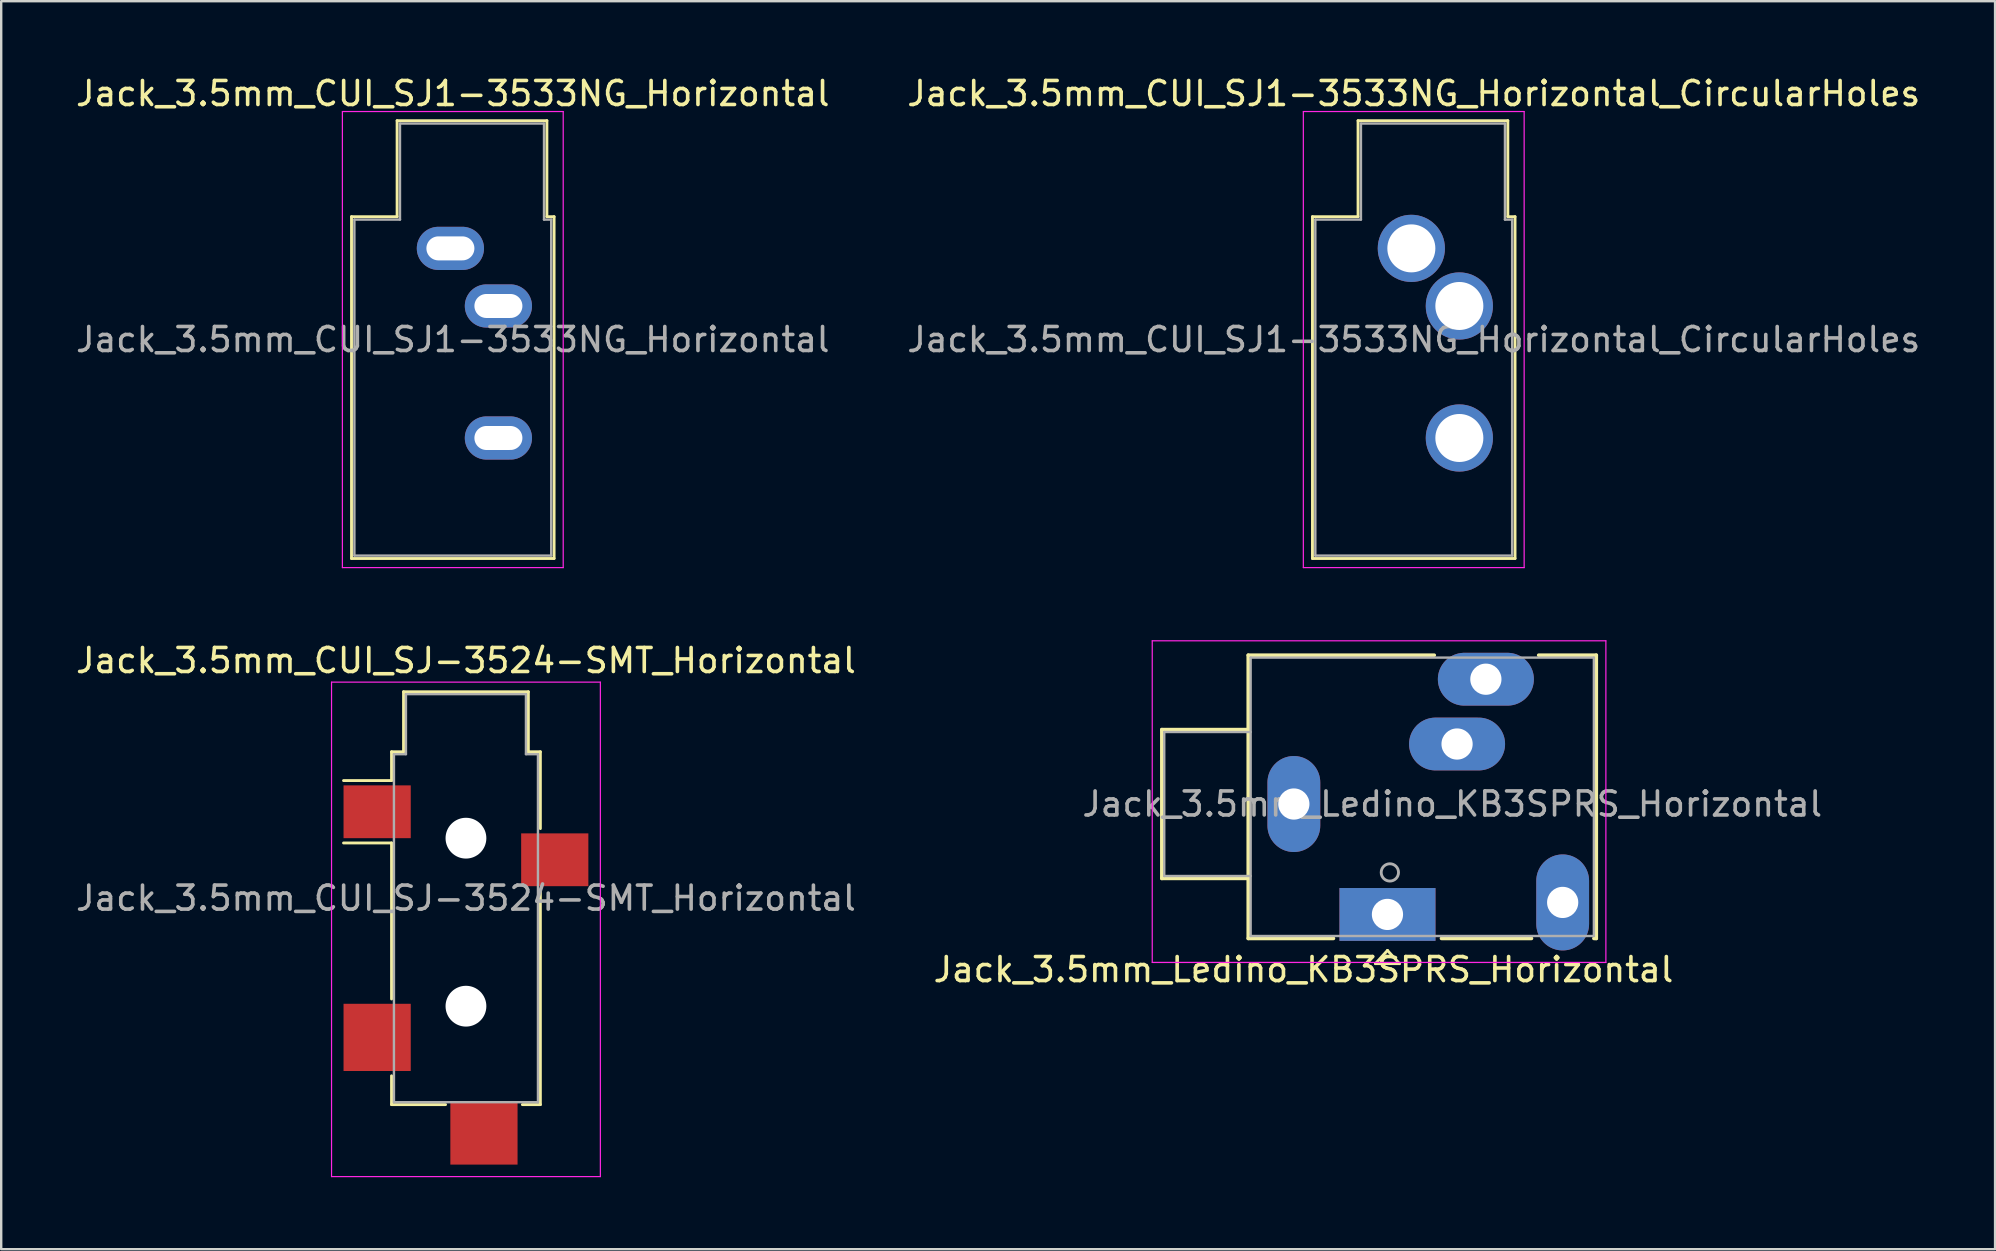
<source format=kicad_pcb>
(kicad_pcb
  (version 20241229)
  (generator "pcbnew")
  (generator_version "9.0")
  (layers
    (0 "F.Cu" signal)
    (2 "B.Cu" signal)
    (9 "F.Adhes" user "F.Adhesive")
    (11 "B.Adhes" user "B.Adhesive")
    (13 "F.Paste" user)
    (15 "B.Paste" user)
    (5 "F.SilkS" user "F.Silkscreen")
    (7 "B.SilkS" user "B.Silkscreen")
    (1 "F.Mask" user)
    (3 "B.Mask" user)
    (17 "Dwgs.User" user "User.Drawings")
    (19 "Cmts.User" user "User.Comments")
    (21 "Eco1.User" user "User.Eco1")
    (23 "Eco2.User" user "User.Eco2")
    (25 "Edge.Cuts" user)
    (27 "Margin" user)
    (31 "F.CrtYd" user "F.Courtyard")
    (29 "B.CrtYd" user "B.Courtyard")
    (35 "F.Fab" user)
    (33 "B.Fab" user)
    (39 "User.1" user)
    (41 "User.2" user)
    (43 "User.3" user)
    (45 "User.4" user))
  (footprint "Jack_3.5mm_CUI_SJ-3524-SMT_Horizontal"
    (layer "F.Cu")
    (at 16.363 34.371)
    (property "Reference" "Jack_3.5mm_CUI_SJ-3524-SMT_Horizontal" (at 0 -9.9 0) (layer "F.SilkS") (effects (font (size 1 1) (thickness 0.15))))
    (attr smd)
    (fp_line (start -3.1 -6.1) (end -2.6 -6.1) (stroke (width 0.12) (type solid)) (layer "F.SilkS"))
    (fp_line (start -3.1 -4.9) (end -5.1 -4.9) (stroke (width 0.12) (type solid)) (layer "F.SilkS"))
    (fp_line (start -3.1 -4.9) (end -3.1 -6.1) (stroke (width 0.12) (type solid)) (layer "F.SilkS"))
    (fp_line (start -3.1 -2.3) (end -5.1 -2.3) (stroke (width 0.12) (type solid)) (layer "F.SilkS"))
    (fp_line (start -3.1 4.2) (end -3.1 -2.3) (stroke (width 0.12) (type solid)) (layer "F.SilkS"))
    (fp_line (start -3.1 8.6) (end -3.1 7.4) (stroke (width 0.12) (type solid)) (layer "F.SilkS"))
    (fp_line (start -2.6 -8.6) (end 2.6 -8.6) (stroke (width 0.12) (type solid)) (layer "F.SilkS"))
    (fp_line (start -2.6 -6.1) (end -2.6 -8.6) (stroke (width 0.12) (type solid)) (layer "F.SilkS"))
    (fp_line (start -0.85 8.6) (end -3.1 8.6) (stroke (width 0.12) (type solid)) (layer "F.SilkS"))
    (fp_line (start 2.6 -8.6) (end 2.6 -6.1) (stroke (width 0.12) (type solid)) (layer "F.SilkS"))
    (fp_line (start 2.6 -6.1) (end 3.1 -6.1) (stroke (width 0.12) (type solid)) (layer "F.SilkS"))
    (fp_line (start 3.1 -6.1) (end 3.1 -2.9) (stroke (width 0.12) (type solid)) (layer "F.SilkS"))
    (fp_line (start 3.1 -0.3) (end 3.1 8.6) (stroke (width 0.12) (type solid)) (layer "F.SilkS"))
    (fp_line (start 3.1 8.6) (end 2.35 8.6) (stroke (width 0.12) (type solid)) (layer "F.SilkS"))
    (fp_line (start -5.6 -9) (end 5.6 -9) (stroke (width 0.05) (type solid)) (layer "F.CrtYd"))
    (fp_line (start -5.6 11.6) (end -5.6 -9) (stroke (width 0.05) (type solid)) (layer "F.CrtYd"))
    (fp_line (start 5.6 -9) (end 5.6 11.6) (stroke (width 0.05) (type solid)) (layer "F.CrtYd"))
    (fp_line (start 5.6 11.6) (end -5.6 11.6) (stroke (width 0.05) (type solid)) (layer "F.CrtYd"))
    (fp_line (start -3 -6) (end -2.5 -6) (stroke (width 0.1) (type solid)) (layer "F.Fab"))
    (fp_line (start -3 8.5) (end -3 -6) (stroke (width 0.1) (type solid)) (layer "F.Fab"))
    (fp_line (start -2.5 -8.5) (end 2.5 -8.5) (stroke (width 0.1) (type solid)) (layer "F.Fab"))
    (fp_line (start -2.5 -6) (end -2.5 -8.5) (stroke (width 0.1) (type solid)) (layer "F.Fab"))
    (fp_line (start 2.5 -8.5) (end 2.5 -6) (stroke (width 0.1) (type solid)) (layer "F.Fab"))
    (fp_line (start 2.5 -6) (end 3 -6) (stroke (width 0.1) (type solid)) (layer "F.Fab"))
    (fp_line (start 3 -6) (end 3 8.5) (stroke (width 0.1) (type solid)) (layer "F.Fab"))
    (fp_line (start 3 8.5) (end -3 8.5) (stroke (width 0.1) (type solid)) (layer "F.Fab"))
    (fp_text user "${REFERENCE}" (at 0 0 0) (layer "F.Fab") (effects (font (size 1 1) (thickness 0.15))))
    (pad "" np_thru_hole circle (at 0 -2.5) (size 1.7 1.7) (drill 1.7) (layers "*.Cu" "*.Mask"))
    (pad "" np_thru_hole circle (at 0 4.5) (size 1.7 1.7) (drill 1.7) (layers "*.Cu" "*.Mask"))
    (pad "R" smd rect (at 3.7 -1.6) (size 2.8 2.2) (layers "F.Cu" "F.Mask" "F.Paste"))
    (pad "S" smd rect (at -3.7 -3.6) (size 2.8 2.2) (layers "F.Cu" "F.Mask" "F.Paste"))
    (pad "T" smd rect (at -3.7 5.8) (size 2.8 2.8) (layers "F.Cu" "F.Mask" "F.Paste"))
    (pad "TN" smd rect (at 0.75 9.8) (size 2.8 2.6) (layers "F.Cu" "F.Mask" "F.Paste")))
  (footprint "Jack_3.5mm_Ledino_KB3SPRS_Horizontal"
    (layer "F.Cu")
    (at 54.756 35.048)
    (property "Reference" "Jack_3.5mm_Ledino_KB3SPRS_Horizontal" (at -3.5 2.3 0) (layer "F.SilkS") (effects (font (size 1 1) (thickness 0.15))))
    (attr through_hole)
    (fp_line (start -9.4 -7.7) (end -9.4 -1.5) (stroke (width 0.15) (type solid)) (layer "F.SilkS"))
    (fp_line (start -9.4 -1.5) (end -5.8 -1.5) (stroke (width 0.15) (type solid)) (layer "F.SilkS"))
    (fp_line (start -5.8 -10.8) (end 1.95 -10.8) (stroke (width 0.15) (type solid)) (layer "F.SilkS"))
    (fp_line (start -5.8 -7.7) (end -9.4 -7.7) (stroke (width 0.15) (type solid)) (layer "F.SilkS"))
    (fp_line (start -5.8 1) (end -5.8 -10.8) (stroke (width 0.15) (type solid)) (layer "F.SilkS"))
    (fp_line (start -2.25 1) (end -5.8 1) (stroke (width 0.15) (type solid)) (layer "F.SilkS"))
    (fp_line (start -0.5 2.05) (end 0.5 2.05) (stroke (width 0.12) (type solid)) (layer "F.SilkS"))
    (fp_line (start 0 1.5) (end -0.5 2.05) (stroke (width 0.12) (type solid)) (layer "F.SilkS"))
    (fp_line (start 0.5 2.05) (end 0 1.5) (stroke (width 0.12) (type solid)) (layer "F.SilkS"))
    (fp_line (start 6 1) (end 2.25 1) (stroke (width 0.15) (type solid)) (layer "F.SilkS"))
    (fp_line (start 6.3 -10.8) (end 8.7 -10.8) (stroke (width 0.15) (type solid)) (layer "F.SilkS"))
    (fp_line (start 8.7 -10.8) (end 8.7 1) (stroke (width 0.15) (type solid)) (layer "F.SilkS"))
    (fp_line (start 8.7 1) (end 8.6 1) (stroke (width 0.15) (type solid)) (layer "F.SilkS"))
    (fp_line (start -9.8 -11.4) (end -9.8 2) (stroke (width 0.05) (type solid)) (layer "F.CrtYd"))
    (fp_line (start -9.8 2) (end 9.1 2) (stroke (width 0.05) (type solid)) (layer "F.CrtYd"))
    (fp_line (start 9.1 -11.4) (end -9.8 -11.4) (stroke (width 0.05) (type solid)) (layer "F.CrtYd"))
    (fp_line (start 9.1 2) (end 9.1 -11.4) (stroke (width 0.05) (type solid)) (layer "F.CrtYd"))
    (fp_line (start -9.3 -7.6) (end -9.3 -1.6) (stroke (width 0.1) (type solid)) (layer "F.Fab"))
    (fp_line (start -9.3 -7.6) (end -5.7 -7.6) (stroke (width 0.1) (type solid)) (layer "F.Fab"))
    (fp_line (start -9.3 -1.6) (end -5.7 -1.6) (stroke (width 0.1) (type solid)) (layer "F.Fab"))
    (fp_line (start -5.7 -10.7) (end -5.7 0.9) (stroke (width 0.1) (type solid)) (layer "F.Fab"))
    (fp_line (start -5.7 0.9) (end 8.6 0.9) (stroke (width 0.1) (type solid)) (layer "F.Fab"))
    (fp_line (start 8.6 -10.7) (end -5.7 -10.7) (stroke (width 0.1) (type solid)) (layer "F.Fab"))
    (fp_line (start 8.6 0.9) (end 8.6 -10.7) (stroke (width 0.1) (type solid)) (layer "F.Fab"))
    (fp_circle (center 0.1 -1.75) (end 0.4 -1.55) (stroke (width 0.12) (type solid)) (fill no) (layer "F.Fab"))
    (fp_text user "${REFERENCE}" (at 2.7 -4.6 0) (layer "F.Fab") (effects (font (size 1 1) (thickness 0.15))))
    (pad "R" thru_hole oval (at 4.1 -9.8) (size 4 2.2) (drill 1.3) (layers "*.Cu" "*.Mask"))
    (pad "RN" thru_hole oval (at 2.9 -7.1) (size 4 2.2) (drill 1.3) (layers "*.Cu" "*.Mask"))
    (pad "S" thru_hole oval (at -3.9 -4.6) (size 2.2 4) (drill 1.3) (layers "*.Cu" "*.Mask"))
    (pad "T" thru_hole rect (at 0 0) (size 4 2.2) (drill 1.3) (layers "*.Cu" "*.Mask"))
    (pad "TN" thru_hole oval (at 7.3 -0.5 90) (size 4 2.2) (drill 1.3) (layers "*.Cu" "*.Mask")))
  (footprint "Jack_3.5mm_CUI_SJ1-3533NG_Horizontal"
    (layer "F.Cu")
    (at 15.715 7.298)
    (property "Reference" "Jack_3.5mm_CUI_SJ1-3533NG_Horizontal" (at 0.1 -6.45 0) (layer "F.SilkS") (effects (font (size 1 1) (thickness 0.15))))
    (attr through_hole)
    (fp_line (start -4.12 -1.32) (end -2.22 -1.32) (stroke (width 0.12) (type solid)) (layer "F.SilkS"))
    (fp_line (start -4.12 12.92) (end -4.12 -1.32) (stroke (width 0.12) (type solid)) (layer "F.SilkS"))
    (fp_line (start -2.22 -5.32) (end 4.02 -5.32) (stroke (width 0.12) (type solid)) (layer "F.SilkS"))
    (fp_line (start -2.22 -1.32) (end -2.22 -5.32) (stroke (width 0.12) (type solid)) (layer "F.SilkS"))
    (fp_line (start 4.02 -5.32) (end 4.02 -1.32) (stroke (width 0.12) (type solid)) (layer "F.SilkS"))
    (fp_line (start 4.02 -1.32) (end 4.32 -1.32) (stroke (width 0.12) (type solid)) (layer "F.SilkS"))
    (fp_line (start 4.32 -1.32) (end 4.32 12.92) (stroke (width 0.12) (type solid)) (layer "F.SilkS"))
    (fp_line (start 4.32 12.92) (end -4.12 12.92) (stroke (width 0.12) (type solid)) (layer "F.SilkS"))
    (fp_line (start -4.5 -5.7) (end -4.5 13.3) (stroke (width 0.05) (type solid)) (layer "F.CrtYd"))
    (fp_line (start -4.5 13.3) (end 4.7 13.3) (stroke (width 0.05) (type solid)) (layer "F.CrtYd"))
    (fp_line (start 4.7 -5.7) (end -4.5 -5.7) (stroke (width 0.05) (type solid)) (layer "F.CrtYd"))
    (fp_line (start 4.7 13.3) (end 4.7 -5.7) (stroke (width 0.05) (type solid)) (layer "F.CrtYd"))
    (fp_line (start -4 -1.2) (end -2.1 -1.2) (stroke (width 0.1) (type solid)) (layer "F.Fab"))
    (fp_line (start -4 12.8) (end -4 -1.2) (stroke (width 0.1) (type solid)) (layer "F.Fab"))
    (fp_line (start -2.1 -5.2) (end 3.9 -5.2) (stroke (width 0.1) (type solid)) (layer "F.Fab"))
    (fp_line (start -2.1 -1.2) (end -2.1 -5.2) (stroke (width 0.1) (type solid)) (layer "F.Fab"))
    (fp_line (start 3.9 -5.2) (end 3.9 -1.2) (stroke (width 0.1) (type solid)) (layer "F.Fab"))
    (fp_line (start 3.9 -1.2) (end 4.2 -1.2) (stroke (width 0.1) (type solid)) (layer "F.Fab"))
    (fp_line (start 4.2 -1.2) (end 4.2 12.8) (stroke (width 0.1) (type solid)) (layer "F.Fab"))
    (fp_line (start 4.2 12.8) (end -4 12.8) (stroke (width 0.1) (type solid)) (layer "F.Fab"))
    (fp_text user "${REFERENCE}" (at 0.1 3.8 0) (layer "F.Fab") (effects (font (size 1 1) (thickness 0.15))))
    (pad "R" thru_hole oval (at 2 7.9) (size 2.8 1.8) (drill oval 2 1) (layers "*.Cu" "*.Mask"))
    (pad "S" thru_hole oval (at 0 0) (size 2.8 1.8) (drill oval 2 1) (layers "*.Cu" "*.Mask"))
    (pad "T" thru_hole oval (at 2 2.4) (size 2.8 1.8) (drill oval 2 1) (layers "*.Cu" "*.Mask")))
  (footprint "Jack_3.5mm_CUI_SJ1-3533NG_Horizontal_CircularHoles"
    (layer "F.Cu")
    (at 55.751 7.298)
    (property "Reference" "Jack_3.5mm_CUI_SJ1-3533NG_Horizontal_CircularHoles" (at 0.1 -6.45 0) (layer "F.SilkS") (effects (font (size 1 1) (thickness 0.15))))
    (attr through_hole)
    (fp_line (start -4.12 -1.32) (end -2.22 -1.32) (stroke (width 0.12) (type solid)) (layer "F.SilkS"))
    (fp_line (start -4.12 12.92) (end -4.12 -1.32) (stroke (width 0.12) (type solid)) (layer "F.SilkS"))
    (fp_line (start -2.22 -5.32) (end 4.02 -5.32) (stroke (width 0.12) (type solid)) (layer "F.SilkS"))
    (fp_line (start -2.22 -1.32) (end -2.22 -5.32) (stroke (width 0.12) (type solid)) (layer "F.SilkS"))
    (fp_line (start 4.02 -5.32) (end 4.02 -1.32) (stroke (width 0.12) (type solid)) (layer "F.SilkS"))
    (fp_line (start 4.02 -1.32) (end 4.32 -1.32) (stroke (width 0.12) (type solid)) (layer "F.SilkS"))
    (fp_line (start 4.32 -1.32) (end 4.32 12.92) (stroke (width 0.12) (type solid)) (layer "F.SilkS"))
    (fp_line (start 4.32 12.92) (end -4.12 12.92) (stroke (width 0.12) (type solid)) (layer "F.SilkS"))
    (fp_line (start -4.5 -5.7) (end -4.5 13.3) (stroke (width 0.05) (type solid)) (layer "F.CrtYd"))
    (fp_line (start -4.5 13.3) (end 4.7 13.3) (stroke (width 0.05) (type solid)) (layer "F.CrtYd"))
    (fp_line (start 4.7 -5.7) (end -4.5 -5.7) (stroke (width 0.05) (type solid)) (layer "F.CrtYd"))
    (fp_line (start 4.7 13.3) (end 4.7 -5.7) (stroke (width 0.05) (type solid)) (layer "F.CrtYd"))
    (fp_line (start -4 -1.2) (end -2.1 -1.2) (stroke (width 0.1) (type solid)) (layer "F.Fab"))
    (fp_line (start -4 12.8) (end -4 -1.2) (stroke (width 0.1) (type solid)) (layer "F.Fab"))
    (fp_line (start -2.1 -5.2) (end 3.9 -5.2) (stroke (width 0.1) (type solid)) (layer "F.Fab"))
    (fp_line (start -2.1 -1.2) (end -2.1 -5.2) (stroke (width 0.1) (type solid)) (layer "F.Fab"))
    (fp_line (start 3.9 -5.2) (end 3.9 -1.2) (stroke (width 0.1) (type solid)) (layer "F.Fab"))
    (fp_line (start 3.9 -1.2) (end 4.2 -1.2) (stroke (width 0.1) (type solid)) (layer "F.Fab"))
    (fp_line (start 4.2 -1.2) (end 4.2 12.8) (stroke (width 0.1) (type solid)) (layer "F.Fab"))
    (fp_line (start 4.2 12.8) (end -4 12.8) (stroke (width 0.1) (type solid)) (layer "F.Fab"))
    (fp_text user "${REFERENCE}" (at 0.1 3.8 0) (layer "F.Fab") (effects (font (size 1 1) (thickness 0.15))))
    (pad "R" thru_hole circle (at 2 7.9) (size 2.8 2.8) (drill 2) (layers "*.Cu" "*.Mask"))
    (pad "S" thru_hole circle (at 0 0) (size 2.8 2.8) (drill 2) (layers "*.Cu" "*.Mask"))
    (pad "T" thru_hole circle (at 2 2.4) (size 2.8 2.8) (drill 2) (layers "*.Cu" "*.Mask")))
  (gr_rect
    (start -3 -3)
    (end 80.071 48.996)
    (stroke (width 0.1) (type default))
    (fill no)
    (layer "Edge.Cuts")))
</source>
